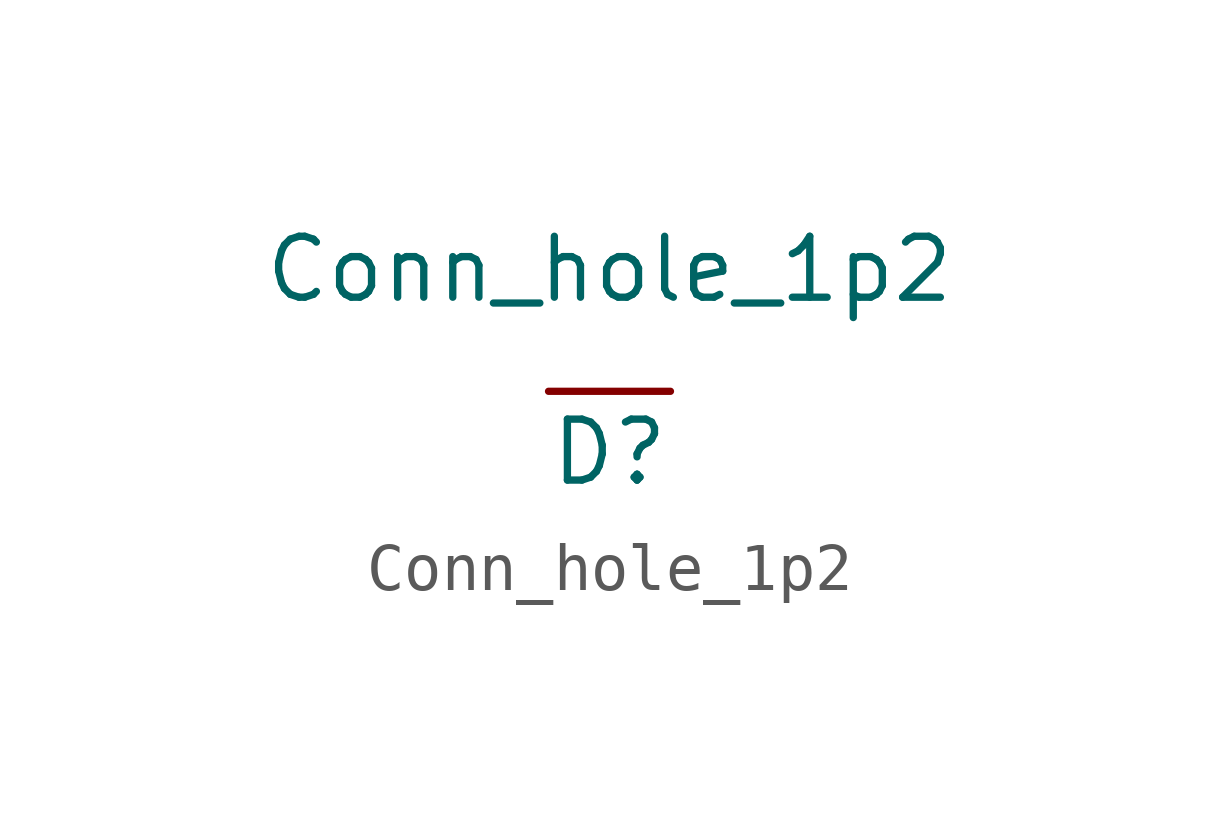
<source format=kicad_sym>
(kicad_symbol_lib
  (version 20211014)
  (generator kicad_symbol_editor)
  (symbol "Conn_hole_1p2"
    (property "Reference" "D"
      (at -1.27 -1.27 0)
      (effects (font (size 1.27 1.27))))
    (property "Value" "Conn_hole_1p2"
      (at -1.27 2.54 0)
      (effects (font (size 1.27 1.27))))
    (symbol "Conn_hole_1p2_1_1"
      (pin input line (at -2.54 0 0) (length 2.54) (name "" (effects (font (size 1.27 1.27)))) (number "" (effects (font (size 1.27 1.27))))))))
</source>
